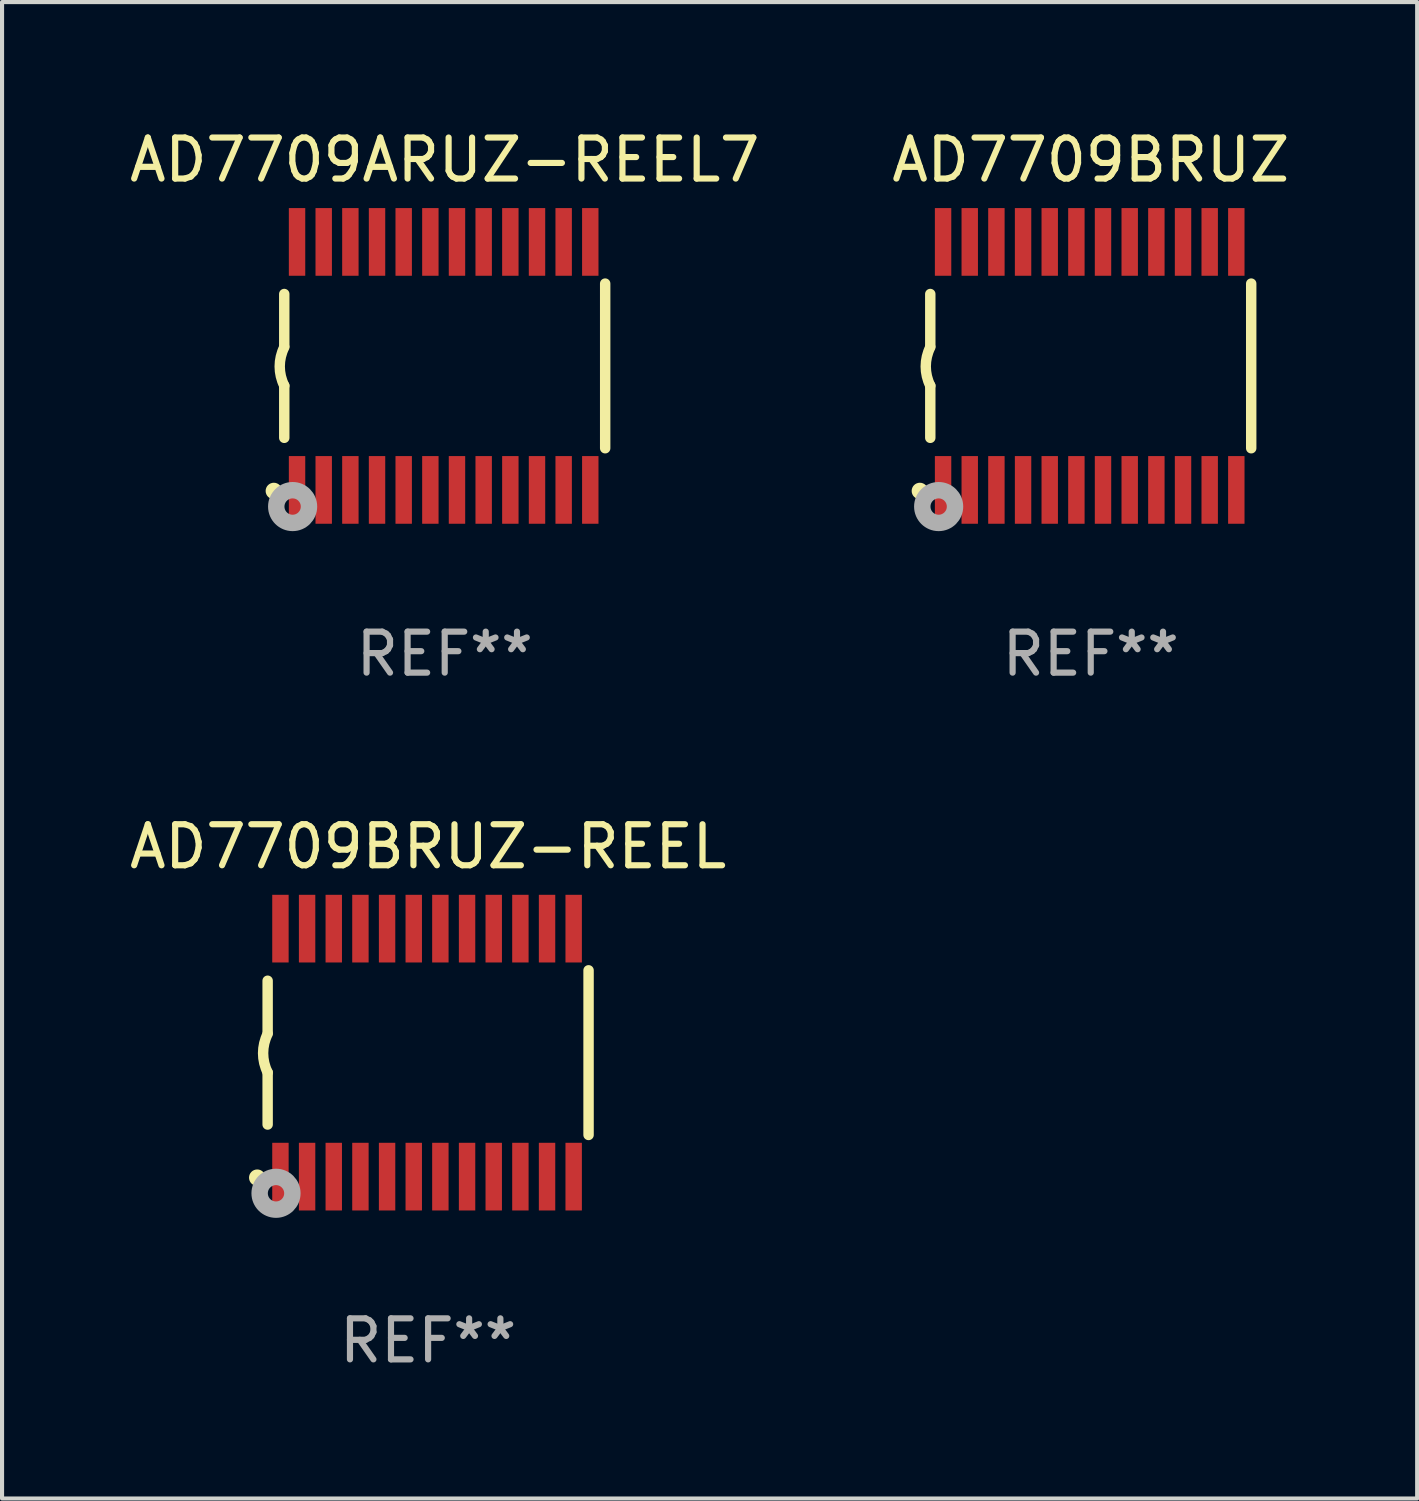
<source format=kicad_pcb>
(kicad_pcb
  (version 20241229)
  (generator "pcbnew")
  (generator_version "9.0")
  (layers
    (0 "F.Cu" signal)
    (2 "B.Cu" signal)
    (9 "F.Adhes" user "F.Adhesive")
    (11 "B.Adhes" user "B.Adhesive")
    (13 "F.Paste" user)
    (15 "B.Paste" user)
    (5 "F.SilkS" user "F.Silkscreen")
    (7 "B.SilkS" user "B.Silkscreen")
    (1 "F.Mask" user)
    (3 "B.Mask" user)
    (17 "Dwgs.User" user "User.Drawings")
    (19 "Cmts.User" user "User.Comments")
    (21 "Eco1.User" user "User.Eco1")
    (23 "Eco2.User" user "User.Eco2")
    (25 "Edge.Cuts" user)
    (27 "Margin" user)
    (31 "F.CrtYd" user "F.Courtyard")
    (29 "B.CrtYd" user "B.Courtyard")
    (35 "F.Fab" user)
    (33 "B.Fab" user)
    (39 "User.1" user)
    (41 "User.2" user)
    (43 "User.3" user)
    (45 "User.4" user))
  (footprint "AD7709BRUZ-REEL"
    (layer "F.Cu")
    (at 7.387 22.613)
    (property "Reference" "AD7709BRUZ-REEL" (at 0 -5.023 0) (layer "F.SilkS") (effects (font (size 1 1) (thickness 0.15))))
    (attr through_hole)
    (fp_line (start -3.912 -0.483) (end -3.912 -1.753) (stroke (width 0.254) (type solid)) (layer "F.SilkS"))
    (fp_line (start -3.912 1.753) (end -3.912 0.483) (stroke (width 0.254) (type solid)) (layer "F.SilkS"))
    (fp_line (start 3.912 -2.007) (end 3.912 2.007) (stroke (width 0.254) (type solid)) (layer "F.SilkS"))
    (fp_arc (start -3.911608 0.482601) (mid -4.022537 0.0127) (end -3.911608 -0.457201) (stroke (width 0.254001) (type solid)) (layer "F.SilkS"))
    (fp_circle (center -4.166 3.048) (end -4.066 3.048) (stroke (width 0.2) (type solid)) (fill no) (layer "F.SilkS"))
    (fp_circle (center -3.925 3.186) (end -3.895 3.186) (stroke (width 0.06) (type solid)) (fill no) (layer "F.SilkS"))
    (fp_circle (center -3.708 3.429) (end -3.509 3.429) (stroke (width 0.4) (type solid)) (fill no) (layer "F.Fab"))
    (fp_text user "REF**" (at 0 7.023 0) (layer "F.Fab") (effects (font (size 1 1) (thickness 0.15))))
    (pad "1" smd rect (at -3.6 3.023) (size 0.4 1.65) (layers "F.Cu" "F.Mask" "F.Paste"))
    (pad "2" smd rect (at -2.95 3.023) (size 0.4 1.65) (layers "F.Cu" "F.Mask" "F.Paste"))
    (pad "3" smd rect (at -2.3 3.023) (size 0.4 1.65) (layers "F.Cu" "F.Mask" "F.Paste"))
    (pad "4" smd rect (at -1.65 3.023) (size 0.4 1.65) (layers "F.Cu" "F.Mask" "F.Paste"))
    (pad "5" smd rect (at -1 3.023) (size 0.4 1.65) (layers "F.Cu" "F.Mask" "F.Paste"))
    (pad "6" smd rect (at -0.35 3.023) (size 0.4 1.65) (layers "F.Cu" "F.Mask" "F.Paste"))
    (pad "7" smd rect (at 0.299 3.023) (size 0.4 1.65) (layers "F.Cu" "F.Mask" "F.Paste"))
    (pad "8" smd rect (at 0.95 3.023) (size 0.4 1.65) (layers "F.Cu" "F.Mask" "F.Paste"))
    (pad "9" smd rect (at 1.6 3.023) (size 0.4 1.65) (layers "F.Cu" "F.Mask" "F.Paste"))
    (pad "10" smd rect (at 2.25 3.023) (size 0.4 1.65) (layers "F.Cu" "F.Mask" "F.Paste"))
    (pad "11" smd rect (at 2.9 3.023) (size 0.4 1.65) (layers "F.Cu" "F.Mask" "F.Paste"))
    (pad "12" smd rect (at 3.549 3.023) (size 0.4 1.65) (layers "F.Cu" "F.Mask" "F.Paste"))
    (pad "13" smd rect (at 3.549 -3.023) (size 0.4 1.65) (layers "F.Cu" "F.Mask" "F.Paste"))
    (pad "14" smd rect (at 2.9 -3.023) (size 0.4 1.65) (layers "F.Cu" "F.Mask" "F.Paste"))
    (pad "15" smd rect (at 2.25 -3.023) (size 0.4 1.65) (layers "F.Cu" "F.Mask" "F.Paste"))
    (pad "16" smd rect (at 1.6 -3.023) (size 0.4 1.65) (layers "F.Cu" "F.Mask" "F.Paste"))
    (pad "17" smd rect (at 0.95 -3.023) (size 0.4 1.65) (layers "F.Cu" "F.Mask" "F.Paste"))
    (pad "18" smd rect (at 0.299 -3.023) (size 0.4 1.65) (layers "F.Cu" "F.Mask" "F.Paste"))
    (pad "19" smd rect (at -0.35 -3.023) (size 0.4 1.65) (layers "F.Cu" "F.Mask" "F.Paste"))
    (pad "20" smd rect (at -1 -3.023) (size 0.4 1.65) (layers "F.Cu" "F.Mask" "F.Paste"))
    (pad "21" smd rect (at -1.65 -3.023) (size 0.4 1.65) (layers "F.Cu" "F.Mask" "F.Paste"))
    (pad "22" smd rect (at -2.3 -3.023) (size 0.4 1.65) (layers "F.Cu" "F.Mask" "F.Paste"))
    (pad "23" smd rect (at -2.95 -3.023) (size 0.4 1.65) (layers "F.Cu" "F.Mask" "F.Paste"))
    (pad "24" smd rect (at -3.6 -3.023) (size 0.4 1.65) (layers "F.Cu" "F.Mask" "F.Paste")))
  (footprint "AD7709ARUZ-REEL7"
    (layer "F.Cu")
    (at 7.792 5.871)
    (property "Reference" "AD7709ARUZ-REEL7" (at 0 -5.023 0) (layer "F.SilkS") (effects (font (size 1 1) (thickness 0.15))))
    (attr through_hole)
    (fp_line (start -3.912 -0.483) (end -3.912 -1.753) (stroke (width 0.254) (type solid)) (layer "F.SilkS"))
    (fp_line (start -3.912 1.753) (end -3.912 0.483) (stroke (width 0.254) (type solid)) (layer "F.SilkS"))
    (fp_line (start 3.912 -2.007) (end 3.912 2.007) (stroke (width 0.254) (type solid)) (layer "F.SilkS"))
    (fp_arc (start -3.911608 0.482601) (mid -4.022537 0.0127) (end -3.911608 -0.457201) (stroke (width 0.254001) (type solid)) (layer "F.SilkS"))
    (fp_circle (center -4.166 3.048) (end -4.066 3.048) (stroke (width 0.2) (type solid)) (fill no) (layer "F.SilkS"))
    (fp_circle (center -3.925 3.186) (end -3.895 3.186) (stroke (width 0.06) (type solid)) (fill no) (layer "F.SilkS"))
    (fp_circle (center -3.708 3.429) (end -3.509 3.429) (stroke (width 0.4) (type solid)) (fill no) (layer "F.Fab"))
    (fp_text user "REF**" (at 0 7.023 0) (layer "F.Fab") (effects (font (size 1 1) (thickness 0.15))))
    (pad "1" smd rect (at -3.6 3.023) (size 0.4 1.65) (layers "F.Cu" "F.Mask" "F.Paste"))
    (pad "2" smd rect (at -2.95 3.023) (size 0.4 1.65) (layers "F.Cu" "F.Mask" "F.Paste"))
    (pad "3" smd rect (at -2.3 3.023) (size 0.4 1.65) (layers "F.Cu" "F.Mask" "F.Paste"))
    (pad "4" smd rect (at -1.65 3.023) (size 0.4 1.65) (layers "F.Cu" "F.Mask" "F.Paste"))
    (pad "5" smd rect (at -1 3.023) (size 0.4 1.65) (layers "F.Cu" "F.Mask" "F.Paste"))
    (pad "6" smd rect (at -0.35 3.023) (size 0.4 1.65) (layers "F.Cu" "F.Mask" "F.Paste"))
    (pad "7" smd rect (at 0.299 3.023) (size 0.4 1.65) (layers "F.Cu" "F.Mask" "F.Paste"))
    (pad "8" smd rect (at 0.95 3.023) (size 0.4 1.65) (layers "F.Cu" "F.Mask" "F.Paste"))
    (pad "9" smd rect (at 1.6 3.023) (size 0.4 1.65) (layers "F.Cu" "F.Mask" "F.Paste"))
    (pad "10" smd rect (at 2.25 3.023) (size 0.4 1.65) (layers "F.Cu" "F.Mask" "F.Paste"))
    (pad "11" smd rect (at 2.9 3.023) (size 0.4 1.65) (layers "F.Cu" "F.Mask" "F.Paste"))
    (pad "12" smd rect (at 3.549 3.023) (size 0.4 1.65) (layers "F.Cu" "F.Mask" "F.Paste"))
    (pad "13" smd rect (at 3.549 -3.023) (size 0.4 1.65) (layers "F.Cu" "F.Mask" "F.Paste"))
    (pad "14" smd rect (at 2.9 -3.023) (size 0.4 1.65) (layers "F.Cu" "F.Mask" "F.Paste"))
    (pad "15" smd rect (at 2.25 -3.023) (size 0.4 1.65) (layers "F.Cu" "F.Mask" "F.Paste"))
    (pad "16" smd rect (at 1.6 -3.023) (size 0.4 1.65) (layers "F.Cu" "F.Mask" "F.Paste"))
    (pad "17" smd rect (at 0.95 -3.023) (size 0.4 1.65) (layers "F.Cu" "F.Mask" "F.Paste"))
    (pad "18" smd rect (at 0.299 -3.023) (size 0.4 1.65) (layers "F.Cu" "F.Mask" "F.Paste"))
    (pad "19" smd rect (at -0.35 -3.023) (size 0.4 1.65) (layers "F.Cu" "F.Mask" "F.Paste"))
    (pad "20" smd rect (at -1 -3.023) (size 0.4 1.65) (layers "F.Cu" "F.Mask" "F.Paste"))
    (pad "21" smd rect (at -1.65 -3.023) (size 0.4 1.65) (layers "F.Cu" "F.Mask" "F.Paste"))
    (pad "22" smd rect (at -2.3 -3.023) (size 0.4 1.65) (layers "F.Cu" "F.Mask" "F.Paste"))
    (pad "23" smd rect (at -2.95 -3.023) (size 0.4 1.65) (layers "F.Cu" "F.Mask" "F.Paste"))
    (pad "24" smd rect (at -3.6 -3.023) (size 0.4 1.65) (layers "F.Cu" "F.Mask" "F.Paste")))
  (footprint "AD7709BRUZ"
    (layer "F.Cu")
    (at 23.542 5.871)
    (property "Reference" "AD7709BRUZ" (at 0 -5.023 0) (layer "F.SilkS") (effects (font (size 1 1) (thickness 0.15))))
    (attr through_hole)
    (fp_line (start -3.912 -0.483) (end -3.912 -1.753) (stroke (width 0.254) (type solid)) (layer "F.SilkS"))
    (fp_line (start -3.912 1.753) (end -3.912 0.483) (stroke (width 0.254) (type solid)) (layer "F.SilkS"))
    (fp_line (start 3.912 -2.007) (end 3.912 2.007) (stroke (width 0.254) (type solid)) (layer "F.SilkS"))
    (fp_arc (start -3.911608 0.482601) (mid -4.022537 0.0127) (end -3.911608 -0.457201) (stroke (width 0.254001) (type solid)) (layer "F.SilkS"))
    (fp_circle (center -4.166 3.048) (end -4.066 3.048) (stroke (width 0.2) (type solid)) (fill no) (layer "F.SilkS"))
    (fp_circle (center -3.925 3.186) (end -3.895 3.186) (stroke (width 0.06) (type solid)) (fill no) (layer "F.SilkS"))
    (fp_circle (center -3.708 3.429) (end -3.509 3.429) (stroke (width 0.4) (type solid)) (fill no) (layer "F.Fab"))
    (fp_text user "REF**" (at 0 7.023 0) (layer "F.Fab") (effects (font (size 1 1) (thickness 0.15))))
    (pad "1" smd rect (at -3.6 3.023) (size 0.4 1.65) (layers "F.Cu" "F.Mask" "F.Paste"))
    (pad "2" smd rect (at -2.95 3.023) (size 0.4 1.65) (layers "F.Cu" "F.Mask" "F.Paste"))
    (pad "3" smd rect (at -2.3 3.023) (size 0.4 1.65) (layers "F.Cu" "F.Mask" "F.Paste"))
    (pad "4" smd rect (at -1.65 3.023) (size 0.4 1.65) (layers "F.Cu" "F.Mask" "F.Paste"))
    (pad "5" smd rect (at -1 3.023) (size 0.4 1.65) (layers "F.Cu" "F.Mask" "F.Paste"))
    (pad "6" smd rect (at -0.35 3.023) (size 0.4 1.65) (layers "F.Cu" "F.Mask" "F.Paste"))
    (pad "7" smd rect (at 0.299 3.023) (size 0.4 1.65) (layers "F.Cu" "F.Mask" "F.Paste"))
    (pad "8" smd rect (at 0.95 3.023) (size 0.4 1.65) (layers "F.Cu" "F.Mask" "F.Paste"))
    (pad "9" smd rect (at 1.6 3.023) (size 0.4 1.65) (layers "F.Cu" "F.Mask" "F.Paste"))
    (pad "10" smd rect (at 2.25 3.023) (size 0.4 1.65) (layers "F.Cu" "F.Mask" "F.Paste"))
    (pad "11" smd rect (at 2.9 3.023) (size 0.4 1.65) (layers "F.Cu" "F.Mask" "F.Paste"))
    (pad "12" smd rect (at 3.549 3.023) (size 0.4 1.65) (layers "F.Cu" "F.Mask" "F.Paste"))
    (pad "13" smd rect (at 3.549 -3.023) (size 0.4 1.65) (layers "F.Cu" "F.Mask" "F.Paste"))
    (pad "14" smd rect (at 2.9 -3.023) (size 0.4 1.65) (layers "F.Cu" "F.Mask" "F.Paste"))
    (pad "15" smd rect (at 2.25 -3.023) (size 0.4 1.65) (layers "F.Cu" "F.Mask" "F.Paste"))
    (pad "16" smd rect (at 1.6 -3.023) (size 0.4 1.65) (layers "F.Cu" "F.Mask" "F.Paste"))
    (pad "17" smd rect (at 0.95 -3.023) (size 0.4 1.65) (layers "F.Cu" "F.Mask" "F.Paste"))
    (pad "18" smd rect (at 0.299 -3.023) (size 0.4 1.65) (layers "F.Cu" "F.Mask" "F.Paste"))
    (pad "19" smd rect (at -0.35 -3.023) (size 0.4 1.65) (layers "F.Cu" "F.Mask" "F.Paste"))
    (pad "20" smd rect (at -1 -3.023) (size 0.4 1.65) (layers "F.Cu" "F.Mask" "F.Paste"))
    (pad "21" smd rect (at -1.65 -3.023) (size 0.4 1.65) (layers "F.Cu" "F.Mask" "F.Paste"))
    (pad "22" smd rect (at -2.3 -3.023) (size 0.4 1.65) (layers "F.Cu" "F.Mask" "F.Paste"))
    (pad "23" smd rect (at -2.95 -3.023) (size 0.4 1.65) (layers "F.Cu" "F.Mask" "F.Paste"))
    (pad "24" smd rect (at -3.6 -3.023) (size 0.4 1.65) (layers "F.Cu" "F.Mask" "F.Paste")))
  (gr_rect
    (start -3 -3)
    (end 31.5 33.483)
    (stroke (width 0.1) (type default))
    (fill no)
    (layer "Edge.Cuts")))
</source>
